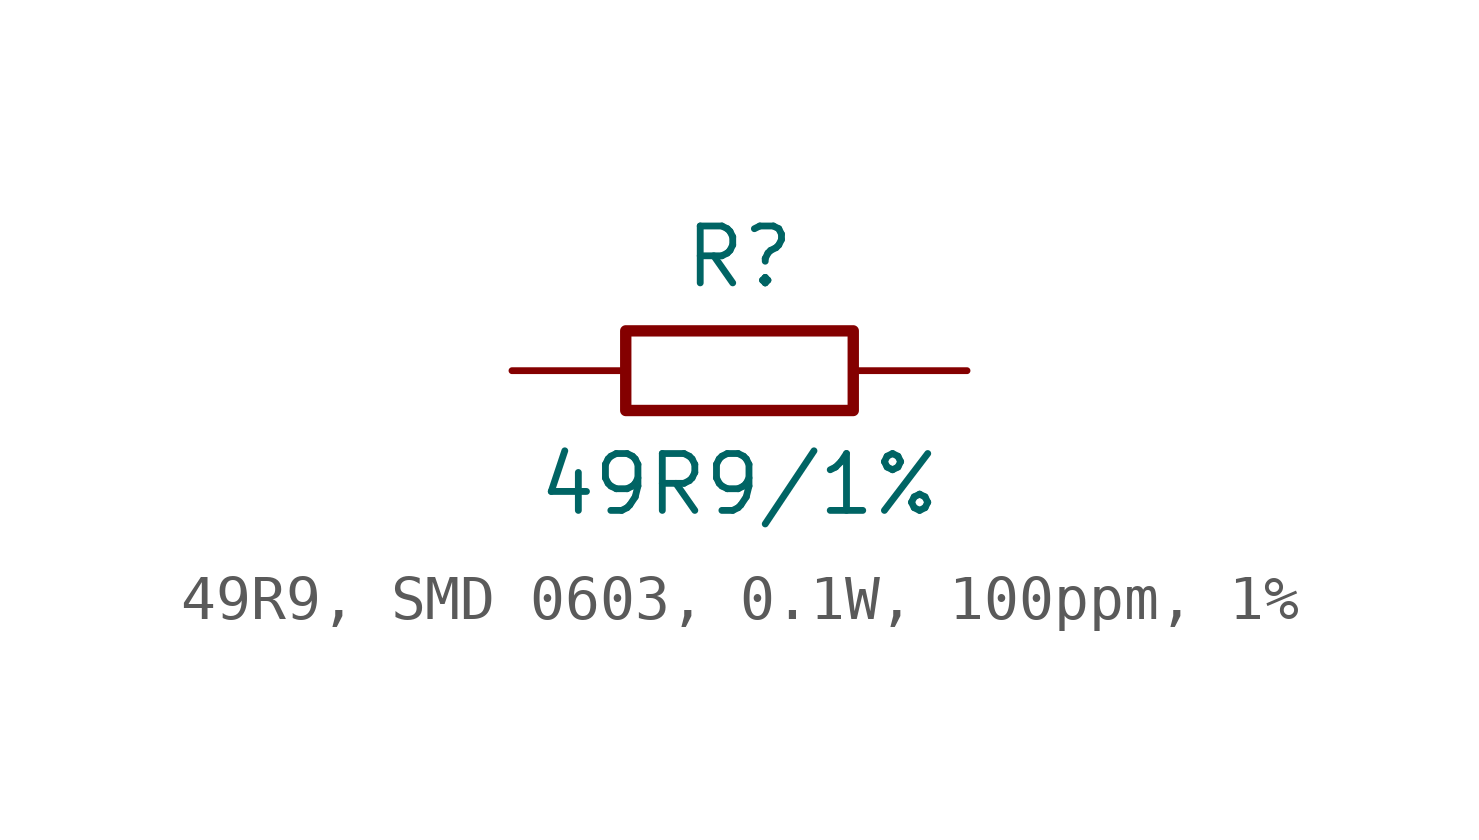
<source format=kicad_sym>
(kicad_symbol_lib
  (version 20231120)
  (generator "kicad_symbol_editor")
  (generator_version "8.0")
  (symbol "49R9, SMD 0603, 0.1W, 100ppm, 1%"
    (pin_numbers hide)
    (pin_names
      (offset 0) hide)
    (property "Reference" "R"
      (at 0 2.54 0)
      (effects (font (size 1.27 1.27))))
    (property "Value" "49R9/1%"
      (at 0 -2.54 0)
      (effects (font (size 1.27 1.27))))
    (symbol "49R9, SMD 0603, 0.1W, 100ppm, 1%_0_1"
      (rectangle (start -2.54 0.889) (end 2.54 -0.889) (stroke (width 0.254) (type default)) (fill (type none))))
    (symbol "49R9, SMD 0603, 0.1W, 100ppm, 1%_1_1"
      (pin passive line (at -5.08 0 0) (length 2.54) (name "1" (effects (font (size 1.27 1.27)))) (number "1" (effects (font (size 1.27 1.27)))))
      (pin passive line (at 5.08 0 180) (length 2.54) (name "2" (effects (font (size 1.27 1.27)))) (number "2" (effects (font (size 1.27 1.27))))))))
</source>
